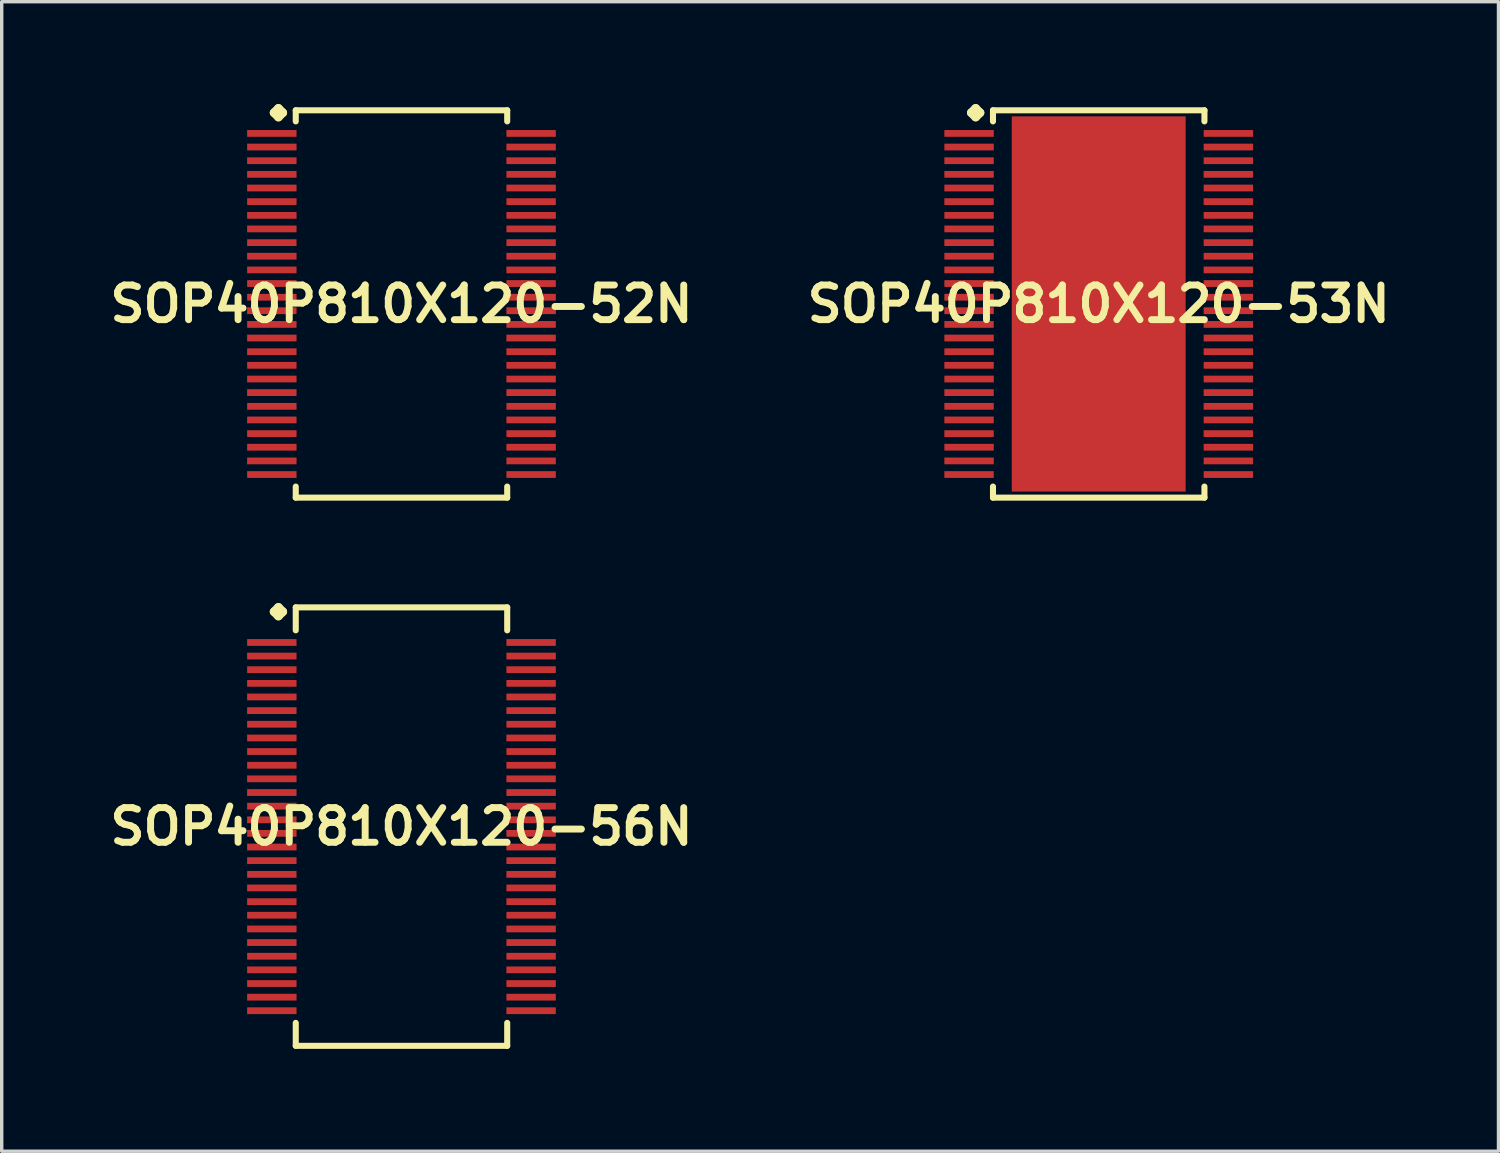
<source format=kicad_pcb>
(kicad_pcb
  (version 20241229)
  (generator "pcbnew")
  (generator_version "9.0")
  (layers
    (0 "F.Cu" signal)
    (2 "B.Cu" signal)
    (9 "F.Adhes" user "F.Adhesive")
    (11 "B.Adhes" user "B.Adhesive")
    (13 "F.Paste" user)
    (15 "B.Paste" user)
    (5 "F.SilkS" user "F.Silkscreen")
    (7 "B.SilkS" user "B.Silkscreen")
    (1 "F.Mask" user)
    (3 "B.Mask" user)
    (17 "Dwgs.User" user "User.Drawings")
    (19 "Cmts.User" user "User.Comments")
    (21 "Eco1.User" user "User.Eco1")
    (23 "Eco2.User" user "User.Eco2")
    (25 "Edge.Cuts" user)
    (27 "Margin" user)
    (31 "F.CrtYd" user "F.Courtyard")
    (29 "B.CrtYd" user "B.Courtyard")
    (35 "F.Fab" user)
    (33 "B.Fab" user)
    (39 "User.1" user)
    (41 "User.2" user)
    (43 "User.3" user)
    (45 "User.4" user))
  (footprint "SOP40P810X120-53N"
    (layer "F.Cu")
    (at 29.155 5.86)
    (property "Reference" "SOP40P810X120-53N" (at 0 0 0) (layer "F.SilkS") (effects (font (size 1.016 1.016) (thickness 0.203))))
    (attr smd)
    (fp_line (start -3.734 -5.606) (end -3.607 -5.733) (stroke (width 0.254) (type solid)) (layer "F.SilkS"))
    (fp_line (start -3.607 -5.733) (end -3.48 -5.606) (stroke (width 0.254) (type solid)) (layer "F.SilkS"))
    (fp_line (start -3.607 -5.479) (end -3.734 -5.606) (stroke (width 0.254) (type solid)) (layer "F.SilkS"))
    (fp_line (start -3.48 -5.606) (end -3.607 -5.479) (stroke (width 0.254) (type solid)) (layer "F.SilkS"))
    (fp_line (start -3.099 -5.677) (end 3.099 -5.677) (stroke (width 0.178) (type solid)) (layer "F.SilkS"))
    (fp_line (start -3.099 -5.352) (end -3.099 -5.677) (stroke (width 0.178) (type solid)) (layer "F.SilkS"))
    (fp_line (start -3.099 5.352) (end -3.099 5.677) (stroke (width 0.178) (type solid)) (layer "F.SilkS"))
    (fp_line (start -3.099 5.677) (end 3.099 5.677) (stroke (width 0.178) (type solid)) (layer "F.SilkS"))
    (fp_line (start 3.099 -5.677) (end 3.099 -5.352) (stroke (width 0.178) (type solid)) (layer "F.SilkS"))
    (fp_line (start 3.099 5.677) (end 3.099 5.352) (stroke (width 0.178) (type solid)) (layer "F.SilkS"))
    (pad "1" smd rect (at -3.8 -4.999) (size 1.448 0.198) (layers "F.Cu" "F.Mask" "F.Paste"))
    (pad "2" smd rect (at -3.8 -4.6) (size 1.448 0.198) (layers "F.Cu" "F.Mask" "F.Paste"))
    (pad "3" smd rect (at -3.8 -4.199) (size 1.448 0.198) (layers "F.Cu" "F.Mask" "F.Paste"))
    (pad "4" smd rect (at -3.8 -3.8) (size 1.448 0.198) (layers "F.Cu" "F.Mask" "F.Paste"))
    (pad "5" smd rect (at -3.8 -3.399) (size 1.448 0.198) (layers "F.Cu" "F.Mask" "F.Paste"))
    (pad "6" smd rect (at -3.8 -3) (size 1.448 0.198) (layers "F.Cu" "F.Mask" "F.Paste"))
    (pad "7" smd rect (at -3.8 -2.598) (size 1.448 0.198) (layers "F.Cu" "F.Mask" "F.Paste"))
    (pad "8" smd rect (at -3.8 -2.2) (size 1.448 0.198) (layers "F.Cu" "F.Mask" "F.Paste"))
    (pad "9" smd rect (at -3.8 -1.798) (size 1.448 0.198) (layers "F.Cu" "F.Mask" "F.Paste"))
    (pad "10" smd rect (at -3.8 -1.4) (size 1.448 0.198) (layers "F.Cu" "F.Mask" "F.Paste"))
    (pad "11" smd rect (at -3.8 -0.998) (size 1.448 0.198) (layers "F.Cu" "F.Mask" "F.Paste"))
    (pad "12" smd rect (at -3.8 -0.599) (size 1.448 0.198) (layers "F.Cu" "F.Mask" "F.Paste"))
    (pad "13" smd rect (at -3.8 -0.198) (size 1.448 0.198) (layers "F.Cu" "F.Mask" "F.Paste"))
    (pad "14" smd rect (at -3.8 0.198) (size 1.448 0.198) (layers "F.Cu" "F.Mask" "F.Paste"))
    (pad "15" smd rect (at -3.8 0.599) (size 1.448 0.198) (layers "F.Cu" "F.Mask" "F.Paste"))
    (pad "16" smd rect (at -3.8 0.998) (size 1.448 0.198) (layers "F.Cu" "F.Mask" "F.Paste"))
    (pad "17" smd rect (at -3.8 1.4) (size 1.448 0.198) (layers "F.Cu" "F.Mask" "F.Paste"))
    (pad "18" smd rect (at -3.8 1.798) (size 1.448 0.198) (layers "F.Cu" "F.Mask" "F.Paste"))
    (pad "19" smd rect (at -3.8 2.2) (size 1.448 0.198) (layers "F.Cu" "F.Mask" "F.Paste"))
    (pad "20" smd rect (at -3.8 2.598) (size 1.448 0.198) (layers "F.Cu" "F.Mask" "F.Paste"))
    (pad "21" smd rect (at -3.8 3) (size 1.448 0.198) (layers "F.Cu" "F.Mask" "F.Paste"))
    (pad "22" smd rect (at -3.8 3.399) (size 1.448 0.198) (layers "F.Cu" "F.Mask" "F.Paste"))
    (pad "23" smd rect (at -3.8 3.8) (size 1.448 0.198) (layers "F.Cu" "F.Mask" "F.Paste"))
    (pad "24" smd rect (at -3.8 4.199) (size 1.448 0.198) (layers "F.Cu" "F.Mask" "F.Paste"))
    (pad "25" smd rect (at -3.8 4.6) (size 1.448 0.198) (layers "F.Cu" "F.Mask" "F.Paste"))
    (pad "26" smd rect (at -3.8 4.999) (size 1.448 0.198) (layers "F.Cu" "F.Mask" "F.Paste"))
    (pad "27" smd rect (at 3.8 4.999) (size 1.448 0.198) (layers "F.Cu" "F.Mask" "F.Paste"))
    (pad "28" smd rect (at 3.8 4.6) (size 1.448 0.198) (layers "F.Cu" "F.Mask" "F.Paste"))
    (pad "29" smd rect (at 3.8 4.199) (size 1.448 0.198) (layers "F.Cu" "F.Mask" "F.Paste"))
    (pad "30" smd rect (at 3.8 3.8) (size 1.448 0.198) (layers "F.Cu" "F.Mask" "F.Paste"))
    (pad "31" smd rect (at 3.8 3.399) (size 1.448 0.198) (layers "F.Cu" "F.Mask" "F.Paste"))
    (pad "32" smd rect (at 3.8 3) (size 1.448 0.198) (layers "F.Cu" "F.Mask" "F.Paste"))
    (pad "33" smd rect (at 3.8 2.598) (size 1.448 0.198) (layers "F.Cu" "F.Mask" "F.Paste"))
    (pad "34" smd rect (at 3.8 2.2) (size 1.448 0.198) (layers "F.Cu" "F.Mask" "F.Paste"))
    (pad "35" smd rect (at 3.8 1.798) (size 1.448 0.198) (layers "F.Cu" "F.Mask" "F.Paste"))
    (pad "36" smd rect (at 3.8 1.4) (size 1.448 0.198) (layers "F.Cu" "F.Mask" "F.Paste"))
    (pad "37" smd rect (at 3.8 0.998) (size 1.448 0.198) (layers "F.Cu" "F.Mask" "F.Paste"))
    (pad "38" smd rect (at 3.8 0.599) (size 1.448 0.198) (layers "F.Cu" "F.Mask" "F.Paste"))
    (pad "39" smd rect (at 3.8 0.198) (size 1.448 0.198) (layers "F.Cu" "F.Mask" "F.Paste"))
    (pad "40" smd rect (at 3.8 -0.198) (size 1.448 0.198) (layers "F.Cu" "F.Mask" "F.Paste"))
    (pad "41" smd rect (at 3.8 -0.599) (size 1.448 0.198) (layers "F.Cu" "F.Mask" "F.Paste"))
    (pad "42" smd rect (at 3.8 -0.998) (size 1.448 0.198) (layers "F.Cu" "F.Mask" "F.Paste"))
    (pad "43" smd rect (at 3.8 -1.4) (size 1.448 0.198) (layers "F.Cu" "F.Mask" "F.Paste"))
    (pad "44" smd rect (at 3.8 -1.798) (size 1.448 0.198) (layers "F.Cu" "F.Mask" "F.Paste"))
    (pad "45" smd rect (at 3.8 -2.2) (size 1.448 0.198) (layers "F.Cu" "F.Mask" "F.Paste"))
    (pad "46" smd rect (at 3.8 -2.598) (size 1.448 0.198) (layers "F.Cu" "F.Mask" "F.Paste"))
    (pad "47" smd rect (at 3.8 -3) (size 1.448 0.198) (layers "F.Cu" "F.Mask" "F.Paste"))
    (pad "48" smd rect (at 3.8 -3.399) (size 1.448 0.198) (layers "F.Cu" "F.Mask" "F.Paste"))
    (pad "49" smd rect (at 3.8 -3.8) (size 1.448 0.198) (layers "F.Cu" "F.Mask" "F.Paste"))
    (pad "50" smd rect (at 3.8 -4.199) (size 1.448 0.198) (layers "F.Cu" "F.Mask" "F.Paste"))
    (pad "51" smd rect (at 3.8 -4.6) (size 1.448 0.198) (layers "F.Cu" "F.Mask" "F.Paste"))
    (pad "52" smd rect (at 3.8 -4.999) (size 1.448 0.198) (layers "F.Cu" "F.Mask" "F.Paste"))
    (pad "53" smd rect (at 0 0) (size 5.098 10.998) (layers "F.Cu" "F.Mask" "F.Paste")))
  (footprint "SOP40P810X120-56N"
    (layer "F.Cu")
    (at 8.718 21.179)
    (property "Reference" "SOP40P810X120-56N" (at 0 0 0) (layer "F.SilkS") (effects (font (size 1.016 1.016) (thickness 0.203))))
    (attr smd)
    (fp_line (start -3.734 -6.299) (end -3.607 -6.426) (stroke (width 0.254) (type solid)) (layer "F.SilkS"))
    (fp_line (start -3.607 -6.426) (end -3.48 -6.299) (stroke (width 0.254) (type solid)) (layer "F.SilkS"))
    (fp_line (start -3.607 -6.172) (end -3.734 -6.299) (stroke (width 0.254) (type solid)) (layer "F.SilkS"))
    (fp_line (start -3.48 -6.299) (end -3.607 -6.172) (stroke (width 0.254) (type solid)) (layer "F.SilkS"))
    (fp_line (start -3.099 -6.426) (end 3.099 -6.426) (stroke (width 0.178) (type solid)) (layer "F.SilkS"))
    (fp_line (start -3.099 -5.753) (end -3.099 -6.426) (stroke (width 0.178) (type solid)) (layer "F.SilkS"))
    (fp_line (start -3.099 5.753) (end -3.099 6.426) (stroke (width 0.178) (type solid)) (layer "F.SilkS"))
    (fp_line (start -3.099 6.426) (end 3.099 6.426) (stroke (width 0.178) (type solid)) (layer "F.SilkS"))
    (fp_line (start 3.099 -6.426) (end 3.099 -5.753) (stroke (width 0.178) (type solid)) (layer "F.SilkS"))
    (fp_line (start 3.099 6.426) (end 3.099 5.753) (stroke (width 0.178) (type solid)) (layer "F.SilkS"))
    (pad "1" smd rect (at -3.8 -5.397) (size 1.448 0.198) (layers "F.Cu" "F.Mask" "F.Paste"))
    (pad "2" smd rect (at -3.8 -4.999) (size 1.448 0.198) (layers "F.Cu" "F.Mask" "F.Paste"))
    (pad "3" smd rect (at -3.8 -4.6) (size 1.448 0.198) (layers "F.Cu" "F.Mask" "F.Paste"))
    (pad "4" smd rect (at -3.8 -4.199) (size 1.448 0.198) (layers "F.Cu" "F.Mask" "F.Paste"))
    (pad "5" smd rect (at -3.8 -3.8) (size 1.448 0.198) (layers "F.Cu" "F.Mask" "F.Paste"))
    (pad "6" smd rect (at -3.8 -3.399) (size 1.448 0.198) (layers "F.Cu" "F.Mask" "F.Paste"))
    (pad "7" smd rect (at -3.8 -3) (size 1.448 0.198) (layers "F.Cu" "F.Mask" "F.Paste"))
    (pad "8" smd rect (at -3.8 -2.598) (size 1.448 0.198) (layers "F.Cu" "F.Mask" "F.Paste"))
    (pad "9" smd rect (at -3.8 -2.2) (size 1.448 0.198) (layers "F.Cu" "F.Mask" "F.Paste"))
    (pad "10" smd rect (at -3.8 -1.798) (size 1.448 0.198) (layers "F.Cu" "F.Mask" "F.Paste"))
    (pad "11" smd rect (at -3.8 -1.4) (size 1.448 0.198) (layers "F.Cu" "F.Mask" "F.Paste"))
    (pad "12" smd rect (at -3.8 -0.998) (size 1.448 0.198) (layers "F.Cu" "F.Mask" "F.Paste"))
    (pad "13" smd rect (at -3.8 -0.599) (size 1.448 0.198) (layers "F.Cu" "F.Mask" "F.Paste"))
    (pad "14" smd rect (at -3.8 -0.198) (size 1.448 0.198) (layers "F.Cu" "F.Mask" "F.Paste"))
    (pad "15" smd rect (at -3.8 0.198) (size 1.448 0.198) (layers "F.Cu" "F.Mask" "F.Paste"))
    (pad "16" smd rect (at -3.8 0.599) (size 1.448 0.198) (layers "F.Cu" "F.Mask" "F.Paste"))
    (pad "17" smd rect (at -3.8 0.998) (size 1.448 0.198) (layers "F.Cu" "F.Mask" "F.Paste"))
    (pad "18" smd rect (at -3.8 1.4) (size 1.448 0.198) (layers "F.Cu" "F.Mask" "F.Paste"))
    (pad "19" smd rect (at -3.8 1.798) (size 1.448 0.198) (layers "F.Cu" "F.Mask" "F.Paste"))
    (pad "20" smd rect (at -3.8 2.2) (size 1.448 0.198) (layers "F.Cu" "F.Mask" "F.Paste"))
    (pad "21" smd rect (at -3.8 2.598) (size 1.448 0.198) (layers "F.Cu" "F.Mask" "F.Paste"))
    (pad "22" smd rect (at -3.8 3) (size 1.448 0.198) (layers "F.Cu" "F.Mask" "F.Paste"))
    (pad "23" smd rect (at -3.8 3.399) (size 1.448 0.198) (layers "F.Cu" "F.Mask" "F.Paste"))
    (pad "24" smd rect (at -3.8 3.8) (size 1.448 0.198) (layers "F.Cu" "F.Mask" "F.Paste"))
    (pad "25" smd rect (at -3.8 4.199) (size 1.448 0.198) (layers "F.Cu" "F.Mask" "F.Paste"))
    (pad "26" smd rect (at -3.8 4.6) (size 1.448 0.198) (layers "F.Cu" "F.Mask" "F.Paste"))
    (pad "27" smd rect (at -3.8 4.999) (size 1.448 0.198) (layers "F.Cu" "F.Mask" "F.Paste"))
    (pad "28" smd rect (at -3.8 5.397) (size 1.448 0.198) (layers "F.Cu" "F.Mask" "F.Paste"))
    (pad "29" smd rect (at 3.8 5.397) (size 1.448 0.198) (layers "F.Cu" "F.Mask" "F.Paste"))
    (pad "30" smd rect (at 3.8 4.999) (size 1.448 0.198) (layers "F.Cu" "F.Mask" "F.Paste"))
    (pad "31" smd rect (at 3.8 4.6) (size 1.448 0.198) (layers "F.Cu" "F.Mask" "F.Paste"))
    (pad "32" smd rect (at 3.8 4.199) (size 1.448 0.198) (layers "F.Cu" "F.Mask" "F.Paste"))
    (pad "33" smd rect (at 3.8 3.8) (size 1.448 0.198) (layers "F.Cu" "F.Mask" "F.Paste"))
    (pad "34" smd rect (at 3.8 3.399) (size 1.448 0.198) (layers "F.Cu" "F.Mask" "F.Paste"))
    (pad "35" smd rect (at 3.8 3) (size 1.448 0.198) (layers "F.Cu" "F.Mask" "F.Paste"))
    (pad "36" smd rect (at 3.8 2.598) (size 1.448 0.198) (layers "F.Cu" "F.Mask" "F.Paste"))
    (pad "37" smd rect (at 3.8 2.2) (size 1.448 0.198) (layers "F.Cu" "F.Mask" "F.Paste"))
    (pad "38" smd rect (at 3.8 1.798) (size 1.448 0.198) (layers "F.Cu" "F.Mask" "F.Paste"))
    (pad "39" smd rect (at 3.8 1.4) (size 1.448 0.198) (layers "F.Cu" "F.Mask" "F.Paste"))
    (pad "40" smd rect (at 3.8 0.998) (size 1.448 0.198) (layers "F.Cu" "F.Mask" "F.Paste"))
    (pad "41" smd rect (at 3.8 0.599) (size 1.448 0.198) (layers "F.Cu" "F.Mask" "F.Paste"))
    (pad "42" smd rect (at 3.8 0.198) (size 1.448 0.198) (layers "F.Cu" "F.Mask" "F.Paste"))
    (pad "43" smd rect (at 3.8 -0.198) (size 1.448 0.198) (layers "F.Cu" "F.Mask" "F.Paste"))
    (pad "44" smd rect (at 3.8 -0.599) (size 1.448 0.198) (layers "F.Cu" "F.Mask" "F.Paste"))
    (pad "45" smd rect (at 3.8 -0.998) (size 1.448 0.198) (layers "F.Cu" "F.Mask" "F.Paste"))
    (pad "46" smd rect (at 3.8 -1.4) (size 1.448 0.198) (layers "F.Cu" "F.Mask" "F.Paste"))
    (pad "47" smd rect (at 3.8 -1.798) (size 1.448 0.198) (layers "F.Cu" "F.Mask" "F.Paste"))
    (pad "48" smd rect (at 3.8 -2.2) (size 1.448 0.198) (layers "F.Cu" "F.Mask" "F.Paste"))
    (pad "49" smd rect (at 3.8 -2.598) (size 1.448 0.198) (layers "F.Cu" "F.Mask" "F.Paste"))
    (pad "50" smd rect (at 3.8 -3) (size 1.448 0.198) (layers "F.Cu" "F.Mask" "F.Paste"))
    (pad "51" smd rect (at 3.8 -3.399) (size 1.448 0.198) (layers "F.Cu" "F.Mask" "F.Paste"))
    (pad "52" smd rect (at 3.8 -3.8) (size 1.448 0.198) (layers "F.Cu" "F.Mask" "F.Paste"))
    (pad "53" smd rect (at 3.8 -4.199) (size 1.448 0.198) (layers "F.Cu" "F.Mask" "F.Paste"))
    (pad "54" smd rect (at 3.8 -4.6) (size 1.448 0.198) (layers "F.Cu" "F.Mask" "F.Paste"))
    (pad "55" smd rect (at 3.8 -4.999) (size 1.448 0.198) (layers "F.Cu" "F.Mask" "F.Paste"))
    (pad "56" smd rect (at 3.8 -5.397) (size 1.448 0.198) (layers "F.Cu" "F.Mask" "F.Paste")))
  (footprint "SOP40P810X120-52N"
    (layer "F.Cu")
    (at 8.718 5.86)
    (property "Reference" "SOP40P810X120-52N" (at 0 0 0) (layer "F.SilkS") (effects (font (size 1.016 1.016) (thickness 0.203))))
    (attr smd)
    (fp_line (start -3.734 -5.606) (end -3.607 -5.733) (stroke (width 0.254) (type solid)) (layer "F.SilkS"))
    (fp_line (start -3.607 -5.733) (end -3.48 -5.606) (stroke (width 0.254) (type solid)) (layer "F.SilkS"))
    (fp_line (start -3.607 -5.479) (end -3.734 -5.606) (stroke (width 0.254) (type solid)) (layer "F.SilkS"))
    (fp_line (start -3.48 -5.606) (end -3.607 -5.479) (stroke (width 0.254) (type solid)) (layer "F.SilkS"))
    (fp_line (start -3.099 -5.677) (end 3.099 -5.677) (stroke (width 0.178) (type solid)) (layer "F.SilkS"))
    (fp_line (start -3.099 -5.352) (end -3.099 -5.677) (stroke (width 0.178) (type solid)) (layer "F.SilkS"))
    (fp_line (start -3.099 5.352) (end -3.099 5.677) (stroke (width 0.178) (type solid)) (layer "F.SilkS"))
    (fp_line (start -3.099 5.677) (end 3.099 5.677) (stroke (width 0.178) (type solid)) (layer "F.SilkS"))
    (fp_line (start 3.099 -5.677) (end 3.099 -5.352) (stroke (width 0.178) (type solid)) (layer "F.SilkS"))
    (fp_line (start 3.099 5.677) (end 3.099 5.352) (stroke (width 0.178) (type solid)) (layer "F.SilkS"))
    (pad "1" smd rect (at -3.8 -4.999) (size 1.448 0.198) (layers "F.Cu" "F.Mask" "F.Paste"))
    (pad "2" smd rect (at -3.8 -4.6) (size 1.448 0.198) (layers "F.Cu" "F.Mask" "F.Paste"))
    (pad "3" smd rect (at -3.8 -4.199) (size 1.448 0.198) (layers "F.Cu" "F.Mask" "F.Paste"))
    (pad "4" smd rect (at -3.8 -3.8) (size 1.448 0.198) (layers "F.Cu" "F.Mask" "F.Paste"))
    (pad "5" smd rect (at -3.8 -3.399) (size 1.448 0.198) (layers "F.Cu" "F.Mask" "F.Paste"))
    (pad "6" smd rect (at -3.8 -3) (size 1.448 0.198) (layers "F.Cu" "F.Mask" "F.Paste"))
    (pad "7" smd rect (at -3.8 -2.598) (size 1.448 0.198) (layers "F.Cu" "F.Mask" "F.Paste"))
    (pad "8" smd rect (at -3.8 -2.2) (size 1.448 0.198) (layers "F.Cu" "F.Mask" "F.Paste"))
    (pad "9" smd rect (at -3.8 -1.798) (size 1.448 0.198) (layers "F.Cu" "F.Mask" "F.Paste"))
    (pad "10" smd rect (at -3.8 -1.4) (size 1.448 0.198) (layers "F.Cu" "F.Mask" "F.Paste"))
    (pad "11" smd rect (at -3.8 -0.998) (size 1.448 0.198) (layers "F.Cu" "F.Mask" "F.Paste"))
    (pad "12" smd rect (at -3.8 -0.599) (size 1.448 0.198) (layers "F.Cu" "F.Mask" "F.Paste"))
    (pad "13" smd rect (at -3.8 -0.198) (size 1.448 0.198) (layers "F.Cu" "F.Mask" "F.Paste"))
    (pad "14" smd rect (at -3.8 0.198) (size 1.448 0.198) (layers "F.Cu" "F.Mask" "F.Paste"))
    (pad "15" smd rect (at -3.8 0.599) (size 1.448 0.198) (layers "F.Cu" "F.Mask" "F.Paste"))
    (pad "16" smd rect (at -3.8 0.998) (size 1.448 0.198) (layers "F.Cu" "F.Mask" "F.Paste"))
    (pad "17" smd rect (at -3.8 1.4) (size 1.448 0.198) (layers "F.Cu" "F.Mask" "F.Paste"))
    (pad "18" smd rect (at -3.8 1.798) (size 1.448 0.198) (layers "F.Cu" "F.Mask" "F.Paste"))
    (pad "19" smd rect (at -3.8 2.2) (size 1.448 0.198) (layers "F.Cu" "F.Mask" "F.Paste"))
    (pad "20" smd rect (at -3.8 2.598) (size 1.448 0.198) (layers "F.Cu" "F.Mask" "F.Paste"))
    (pad "21" smd rect (at -3.8 3) (size 1.448 0.198) (layers "F.Cu" "F.Mask" "F.Paste"))
    (pad "22" smd rect (at -3.8 3.399) (size 1.448 0.198) (layers "F.Cu" "F.Mask" "F.Paste"))
    (pad "23" smd rect (at -3.8 3.8) (size 1.448 0.198) (layers "F.Cu" "F.Mask" "F.Paste"))
    (pad "24" smd rect (at -3.8 4.199) (size 1.448 0.198) (layers "F.Cu" "F.Mask" "F.Paste"))
    (pad "25" smd rect (at -3.8 4.6) (size 1.448 0.198) (layers "F.Cu" "F.Mask" "F.Paste"))
    (pad "26" smd rect (at -3.8 4.999) (size 1.448 0.198) (layers "F.Cu" "F.Mask" "F.Paste"))
    (pad "27" smd rect (at 3.8 4.999) (size 1.448 0.198) (layers "F.Cu" "F.Mask" "F.Paste"))
    (pad "28" smd rect (at 3.8 4.6) (size 1.448 0.198) (layers "F.Cu" "F.Mask" "F.Paste"))
    (pad "29" smd rect (at 3.8 4.199) (size 1.448 0.198) (layers "F.Cu" "F.Mask" "F.Paste"))
    (pad "30" smd rect (at 3.8 3.8) (size 1.448 0.198) (layers "F.Cu" "F.Mask" "F.Paste"))
    (pad "31" smd rect (at 3.8 3.399) (size 1.448 0.198) (layers "F.Cu" "F.Mask" "F.Paste"))
    (pad "32" smd rect (at 3.8 3) (size 1.448 0.198) (layers "F.Cu" "F.Mask" "F.Paste"))
    (pad "33" smd rect (at 3.8 2.598) (size 1.448 0.198) (layers "F.Cu" "F.Mask" "F.Paste"))
    (pad "34" smd rect (at 3.8 2.2) (size 1.448 0.198) (layers "F.Cu" "F.Mask" "F.Paste"))
    (pad "35" smd rect (at 3.8 1.798) (size 1.448 0.198) (layers "F.Cu" "F.Mask" "F.Paste"))
    (pad "36" smd rect (at 3.8 1.4) (size 1.448 0.198) (layers "F.Cu" "F.Mask" "F.Paste"))
    (pad "37" smd rect (at 3.8 0.998) (size 1.448 0.198) (layers "F.Cu" "F.Mask" "F.Paste"))
    (pad "38" smd rect (at 3.8 0.599) (size 1.448 0.198) (layers "F.Cu" "F.Mask" "F.Paste"))
    (pad "39" smd rect (at 3.8 0.198) (size 1.448 0.198) (layers "F.Cu" "F.Mask" "F.Paste"))
    (pad "40" smd rect (at 3.8 -0.198) (size 1.448 0.198) (layers "F.Cu" "F.Mask" "F.Paste"))
    (pad "41" smd rect (at 3.8 -0.599) (size 1.448 0.198) (layers "F.Cu" "F.Mask" "F.Paste"))
    (pad "42" smd rect (at 3.8 -0.998) (size 1.448 0.198) (layers "F.Cu" "F.Mask" "F.Paste"))
    (pad "43" smd rect (at 3.8 -1.4) (size 1.448 0.198) (layers "F.Cu" "F.Mask" "F.Paste"))
    (pad "44" smd rect (at 3.8 -1.798) (size 1.448 0.198) (layers "F.Cu" "F.Mask" "F.Paste"))
    (pad "45" smd rect (at 3.8 -2.2) (size 1.448 0.198) (layers "F.Cu" "F.Mask" "F.Paste"))
    (pad "46" smd rect (at 3.8 -2.598) (size 1.448 0.198) (layers "F.Cu" "F.Mask" "F.Paste"))
    (pad "47" smd rect (at 3.8 -3) (size 1.448 0.198) (layers "F.Cu" "F.Mask" "F.Paste"))
    (pad "48" smd rect (at 3.8 -3.399) (size 1.448 0.198) (layers "F.Cu" "F.Mask" "F.Paste"))
    (pad "49" smd rect (at 3.8 -3.8) (size 1.448 0.198) (layers "F.Cu" "F.Mask" "F.Paste"))
    (pad "50" smd rect (at 3.8 -4.199) (size 1.448 0.198) (layers "F.Cu" "F.Mask" "F.Paste"))
    (pad "51" smd rect (at 3.8 -4.6) (size 1.448 0.198) (layers "F.Cu" "F.Mask" "F.Paste"))
    (pad "52" smd rect (at 3.8 -4.999) (size 1.448 0.198) (layers "F.Cu" "F.Mask" "F.Paste")))
  (gr_rect
    (start -3 -3)
    (end 40.873 30.694)
    (stroke (width 0.1) (type default))
    (fill no)
    (layer "Edge.Cuts")))
</source>
